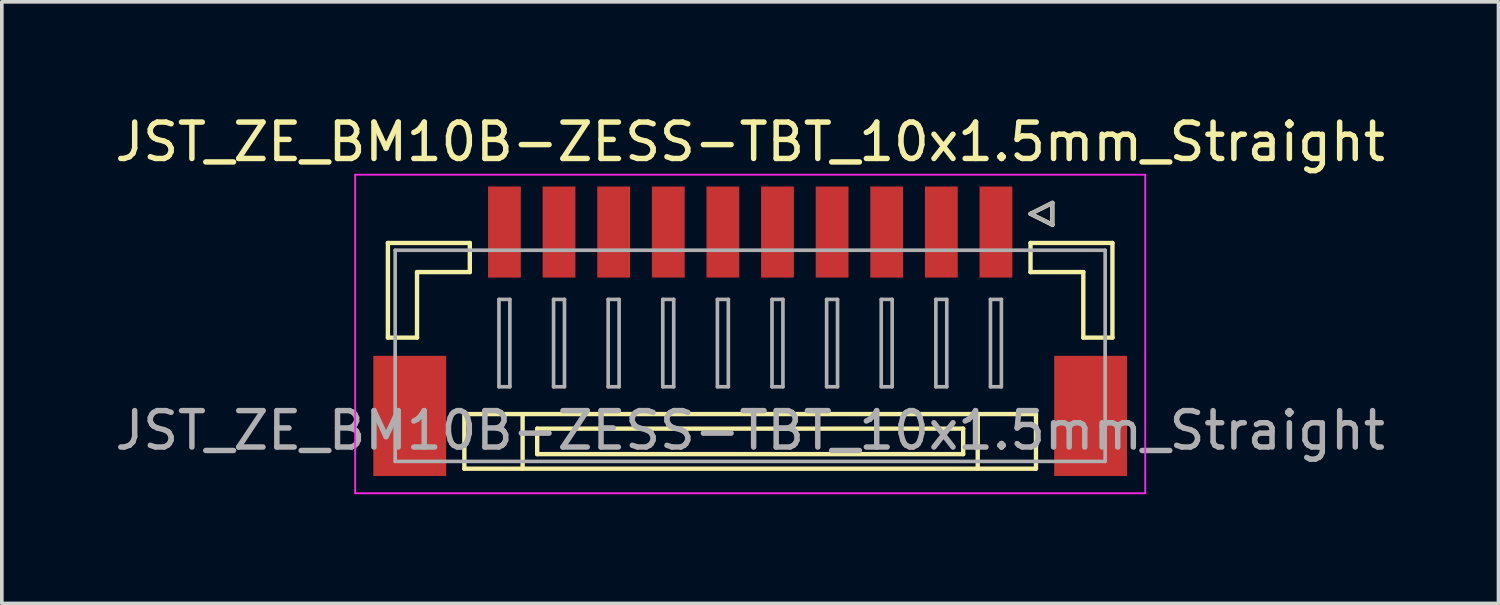
<source format=kicad_pcb>
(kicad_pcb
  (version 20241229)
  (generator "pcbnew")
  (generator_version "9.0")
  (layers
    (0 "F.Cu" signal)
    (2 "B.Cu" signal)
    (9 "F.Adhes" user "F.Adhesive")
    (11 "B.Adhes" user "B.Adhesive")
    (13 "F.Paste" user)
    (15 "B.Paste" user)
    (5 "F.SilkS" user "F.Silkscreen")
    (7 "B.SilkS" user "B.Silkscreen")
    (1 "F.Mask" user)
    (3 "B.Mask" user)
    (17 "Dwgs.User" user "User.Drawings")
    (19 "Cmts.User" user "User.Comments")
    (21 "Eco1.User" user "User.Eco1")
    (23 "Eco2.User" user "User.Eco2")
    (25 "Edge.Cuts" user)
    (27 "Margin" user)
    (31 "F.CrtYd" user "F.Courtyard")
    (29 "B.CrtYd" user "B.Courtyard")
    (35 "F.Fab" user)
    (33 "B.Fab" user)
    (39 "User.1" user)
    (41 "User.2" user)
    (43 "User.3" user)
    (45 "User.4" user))
  (footprint "JST_ZE_BM10B-ZESS-TBT_10x1.5mm_Straight"
    (layer "F.Cu")
    (at 17.554 5.848)
    (property "Reference" "JST_ZE_BM10B-ZESS-TBT_10x1.5mm_Straight" (at 0 -5 0) (layer "F.SilkS") (effects (font (size 1 1) (thickness 0.15))))
    (attr smd)
    (fp_line (start -9.95 -2.225) (end -9.95 0.375) (stroke (width 0.12) (type solid)) (layer "F.SilkS"))
    (fp_line (start -9.95 0.375) (end -9.15 0.375) (stroke (width 0.12) (type solid)) (layer "F.SilkS"))
    (fp_line (start -9.15 -1.425) (end -7.7 -1.425) (stroke (width 0.12) (type solid)) (layer "F.SilkS"))
    (fp_line (start -9.15 0.375) (end -9.15 -1.425) (stroke (width 0.12) (type solid)) (layer "F.SilkS"))
    (fp_line (start -7.85 2.475) (end -7.85 3.975) (stroke (width 0.12) (type solid)) (layer "F.SilkS"))
    (fp_line (start -7.85 3.975) (end 7.85 3.975) (stroke (width 0.12) (type solid)) (layer "F.SilkS"))
    (fp_line (start -7.7 -2.225) (end -9.95 -2.225) (stroke (width 0.12) (type solid)) (layer "F.SilkS"))
    (fp_line (start -7.7 -1.425) (end -7.7 -2.225) (stroke (width 0.12) (type solid)) (layer "F.SilkS"))
    (fp_line (start -6.25 2.475) (end -6.25 3.975) (stroke (width 0.12) (type solid)) (layer "F.SilkS"))
    (fp_line (start -5.85 2.875) (end -5.85 3.575) (stroke (width 0.12) (type solid)) (layer "F.SilkS"))
    (fp_line (start -5.85 3.575) (end 5.85 3.575) (stroke (width 0.12) (type solid)) (layer "F.SilkS"))
    (fp_line (start 5.85 2.875) (end -5.85 2.875) (stroke (width 0.12) (type solid)) (layer "F.SilkS"))
    (fp_line (start 5.85 3.575) (end 5.85 2.875) (stroke (width 0.12) (type solid)) (layer "F.SilkS"))
    (fp_line (start 6.25 2.475) (end 6.25 3.975) (stroke (width 0.12) (type solid)) (layer "F.SilkS"))
    (fp_line (start 7.7 -3.025) (end 8.3 -3.325) (stroke (width 0.12) (type solid)) (layer "F.SilkS"))
    (fp_line (start 7.7 -2.225) (end 9.95 -2.225) (stroke (width 0.12) (type solid)) (layer "F.SilkS"))
    (fp_line (start 7.7 -1.425) (end 7.7 -2.225) (stroke (width 0.12) (type solid)) (layer "F.SilkS"))
    (fp_line (start 7.85 2.475) (end -7.85 2.475) (stroke (width 0.12) (type solid)) (layer "F.SilkS"))
    (fp_line (start 7.85 3.975) (end 7.85 2.475) (stroke (width 0.12) (type solid)) (layer "F.SilkS"))
    (fp_line (start 8.3 -3.325) (end 8.3 -2.725) (stroke (width 0.12) (type solid)) (layer "F.SilkS"))
    (fp_line (start 8.3 -2.725) (end 7.7 -3.025) (stroke (width 0.12) (type solid)) (layer "F.SilkS"))
    (fp_line (start 9.15 -1.425) (end 7.7 -1.425) (stroke (width 0.12) (type solid)) (layer "F.SilkS"))
    (fp_line (start 9.15 0.375) (end 9.15 -1.425) (stroke (width 0.12) (type solid)) (layer "F.SilkS"))
    (fp_line (start 9.95 -2.225) (end 9.95 0.375) (stroke (width 0.12) (type solid)) (layer "F.SilkS"))
    (fp_line (start 9.95 0.375) (end 9.15 0.375) (stroke (width 0.12) (type solid)) (layer "F.SilkS"))
    (fp_line (start -10.85 -4.1) (end -10.85 4.65) (stroke (width 0.05) (type solid)) (layer "F.CrtYd"))
    (fp_line (start -10.85 4.65) (end 10.85 4.65) (stroke (width 0.05) (type solid)) (layer "F.CrtYd"))
    (fp_line (start 10.85 -4.1) (end -10.85 -4.1) (stroke (width 0.05) (type solid)) (layer "F.CrtYd"))
    (fp_line (start 10.85 4.65) (end 10.85 -4.1) (stroke (width 0.05) (type solid)) (layer "F.CrtYd"))
    (fp_line (start -9.75 -2.025) (end -9.75 3.775) (stroke (width 0.1) (type solid)) (layer "F.Fab"))
    (fp_line (start -9.75 3.775) (end 9.75 3.775) (stroke (width 0.1) (type solid)) (layer "F.Fab"))
    (fp_line (start -6.9 -0.675) (end -6.9 1.725) (stroke (width 0.1) (type solid)) (layer "F.Fab"))
    (fp_line (start -6.9 1.725) (end -6.6 1.725) (stroke (width 0.1) (type solid)) (layer "F.Fab"))
    (fp_line (start -6.6 -0.675) (end -6.9 -0.675) (stroke (width 0.1) (type solid)) (layer "F.Fab"))
    (fp_line (start -6.6 1.725) (end -6.6 -0.675) (stroke (width 0.1) (type solid)) (layer "F.Fab"))
    (fp_line (start -5.4 -0.675) (end -5.4 1.725) (stroke (width 0.1) (type solid)) (layer "F.Fab"))
    (fp_line (start -5.4 1.725) (end -5.1 1.725) (stroke (width 0.1) (type solid)) (layer "F.Fab"))
    (fp_line (start -5.1 -0.675) (end -5.4 -0.675) (stroke (width 0.1) (type solid)) (layer "F.Fab"))
    (fp_line (start -5.1 1.725) (end -5.1 -0.675) (stroke (width 0.1) (type solid)) (layer "F.Fab"))
    (fp_line (start -3.9 -0.675) (end -3.9 1.725) (stroke (width 0.1) (type solid)) (layer "F.Fab"))
    (fp_line (start -3.9 1.725) (end -3.6 1.725) (stroke (width 0.1) (type solid)) (layer "F.Fab"))
    (fp_line (start -3.6 -0.675) (end -3.9 -0.675) (stroke (width 0.1) (type solid)) (layer "F.Fab"))
    (fp_line (start -3.6 1.725) (end -3.6 -0.675) (stroke (width 0.1) (type solid)) (layer "F.Fab"))
    (fp_line (start -2.4 -0.675) (end -2.4 1.725) (stroke (width 0.1) (type solid)) (layer "F.Fab"))
    (fp_line (start -2.4 1.725) (end -2.1 1.725) (stroke (width 0.1) (type solid)) (layer "F.Fab"))
    (fp_line (start -2.1 -0.675) (end -2.4 -0.675) (stroke (width 0.1) (type solid)) (layer "F.Fab"))
    (fp_line (start -2.1 1.725) (end -2.1 -0.675) (stroke (width 0.1) (type solid)) (layer "F.Fab"))
    (fp_line (start -0.9 -0.675) (end -0.9 1.725) (stroke (width 0.1) (type solid)) (layer "F.Fab"))
    (fp_line (start -0.9 1.725) (end -0.6 1.725) (stroke (width 0.1) (type solid)) (layer "F.Fab"))
    (fp_line (start -0.6 -0.675) (end -0.9 -0.675) (stroke (width 0.1) (type solid)) (layer "F.Fab"))
    (fp_line (start -0.6 1.725) (end -0.6 -0.675) (stroke (width 0.1) (type solid)) (layer "F.Fab"))
    (fp_line (start 0.6 -0.675) (end 0.6 1.725) (stroke (width 0.1) (type solid)) (layer "F.Fab"))
    (fp_line (start 0.6 1.725) (end 0.9 1.725) (stroke (width 0.1) (type solid)) (layer "F.Fab"))
    (fp_line (start 0.9 -0.675) (end 0.6 -0.675) (stroke (width 0.1) (type solid)) (layer "F.Fab"))
    (fp_line (start 0.9 1.725) (end 0.9 -0.675) (stroke (width 0.1) (type solid)) (layer "F.Fab"))
    (fp_line (start 2.1 -0.675) (end 2.1 1.725) (stroke (width 0.1) (type solid)) (layer "F.Fab"))
    (fp_line (start 2.1 1.725) (end 2.4 1.725) (stroke (width 0.1) (type solid)) (layer "F.Fab"))
    (fp_line (start 2.4 -0.675) (end 2.1 -0.675) (stroke (width 0.1) (type solid)) (layer "F.Fab"))
    (fp_line (start 2.4 1.725) (end 2.4 -0.675) (stroke (width 0.1) (type solid)) (layer "F.Fab"))
    (fp_line (start 3.6 -0.675) (end 3.6 1.725) (stroke (width 0.1) (type solid)) (layer "F.Fab"))
    (fp_line (start 3.6 1.725) (end 3.9 1.725) (stroke (width 0.1) (type solid)) (layer "F.Fab"))
    (fp_line (start 3.9 -0.675) (end 3.6 -0.675) (stroke (width 0.1) (type solid)) (layer "F.Fab"))
    (fp_line (start 3.9 1.725) (end 3.9 -0.675) (stroke (width 0.1) (type solid)) (layer "F.Fab"))
    (fp_line (start 5.1 -0.675) (end 5.1 1.725) (stroke (width 0.1) (type solid)) (layer "F.Fab"))
    (fp_line (start 5.1 1.725) (end 5.4 1.725) (stroke (width 0.1) (type solid)) (layer "F.Fab"))
    (fp_line (start 5.4 -0.675) (end 5.1 -0.675) (stroke (width 0.1) (type solid)) (layer "F.Fab"))
    (fp_line (start 5.4 1.725) (end 5.4 -0.675) (stroke (width 0.1) (type solid)) (layer "F.Fab"))
    (fp_line (start 6.6 -0.675) (end 6.6 1.725) (stroke (width 0.1) (type solid)) (layer "F.Fab"))
    (fp_line (start 6.6 1.725) (end 6.9 1.725) (stroke (width 0.1) (type solid)) (layer "F.Fab"))
    (fp_line (start 6.9 -0.675) (end 6.6 -0.675) (stroke (width 0.1) (type solid)) (layer "F.Fab"))
    (fp_line (start 6.9 1.725) (end 6.9 -0.675) (stroke (width 0.1) (type solid)) (layer "F.Fab"))
    (fp_line (start 7.7 -3.025) (end 8.3 -3.325) (stroke (width 0.1) (type solid)) (layer "F.Fab"))
    (fp_line (start 8.3 -3.325) (end 8.3 -2.725) (stroke (width 0.1) (type solid)) (layer "F.Fab"))
    (fp_line (start 8.3 -2.725) (end 7.7 -3.025) (stroke (width 0.1) (type solid)) (layer "F.Fab"))
    (fp_line (start 9.75 -2.025) (end -9.75 -2.025) (stroke (width 0.1) (type solid)) (layer "F.Fab"))
    (fp_line (start 9.75 3.775) (end 9.75 -2.025) (stroke (width 0.1) (type solid)) (layer "F.Fab"))
    (fp_text user "${REFERENCE}" (at 0 2.925 0) (layer "F.Fab") (effects (font (size 1 1) (thickness 0.15))))
    (pad "" smd rect (at -9.35 2.525) (size 2 3.3) (layers "F.Cu" "F.Mask" "F.Paste"))
    (pad "" smd rect (at 9.35 2.525) (size 2 3.3) (layers "F.Cu" "F.Mask" "F.Paste"))
    (pad "1" smd rect (at 6.75 -2.525) (size 0.9 2.5) (layers "F.Cu" "F.Mask" "F.Paste"))
    (pad "2" smd rect (at 5.25 -2.525) (size 0.9 2.5) (layers "F.Cu" "F.Mask" "F.Paste"))
    (pad "3" smd rect (at 3.75 -2.525) (size 0.9 2.5) (layers "F.Cu" "F.Mask" "F.Paste"))
    (pad "4" smd rect (at 2.25 -2.525) (size 0.9 2.5) (layers "F.Cu" "F.Mask" "F.Paste"))
    (pad "5" smd rect (at 0.75 -2.525) (size 0.9 2.5) (layers "F.Cu" "F.Mask" "F.Paste"))
    (pad "6" smd rect (at -0.75 -2.525) (size 0.9 2.5) (layers "F.Cu" "F.Mask" "F.Paste"))
    (pad "7" smd rect (at -2.25 -2.525) (size 0.9 2.5) (layers "F.Cu" "F.Mask" "F.Paste"))
    (pad "8" smd rect (at -3.75 -2.525) (size 0.9 2.5) (layers "F.Cu" "F.Mask" "F.Paste"))
    (pad "9" smd rect (at -5.25 -2.525) (size 0.9 2.5) (layers "F.Cu" "F.Mask" "F.Paste"))
    (pad "10" smd rect (at -6.75 -2.525) (size 0.9 2.5) (layers "F.Cu" "F.Mask" "F.Paste")))
  (gr_rect
    (start -3 -3)
    (end 38.107 13.523)
    (stroke (width 0.1) (type default))
    (fill no)
    (layer "Edge.Cuts")))
</source>
